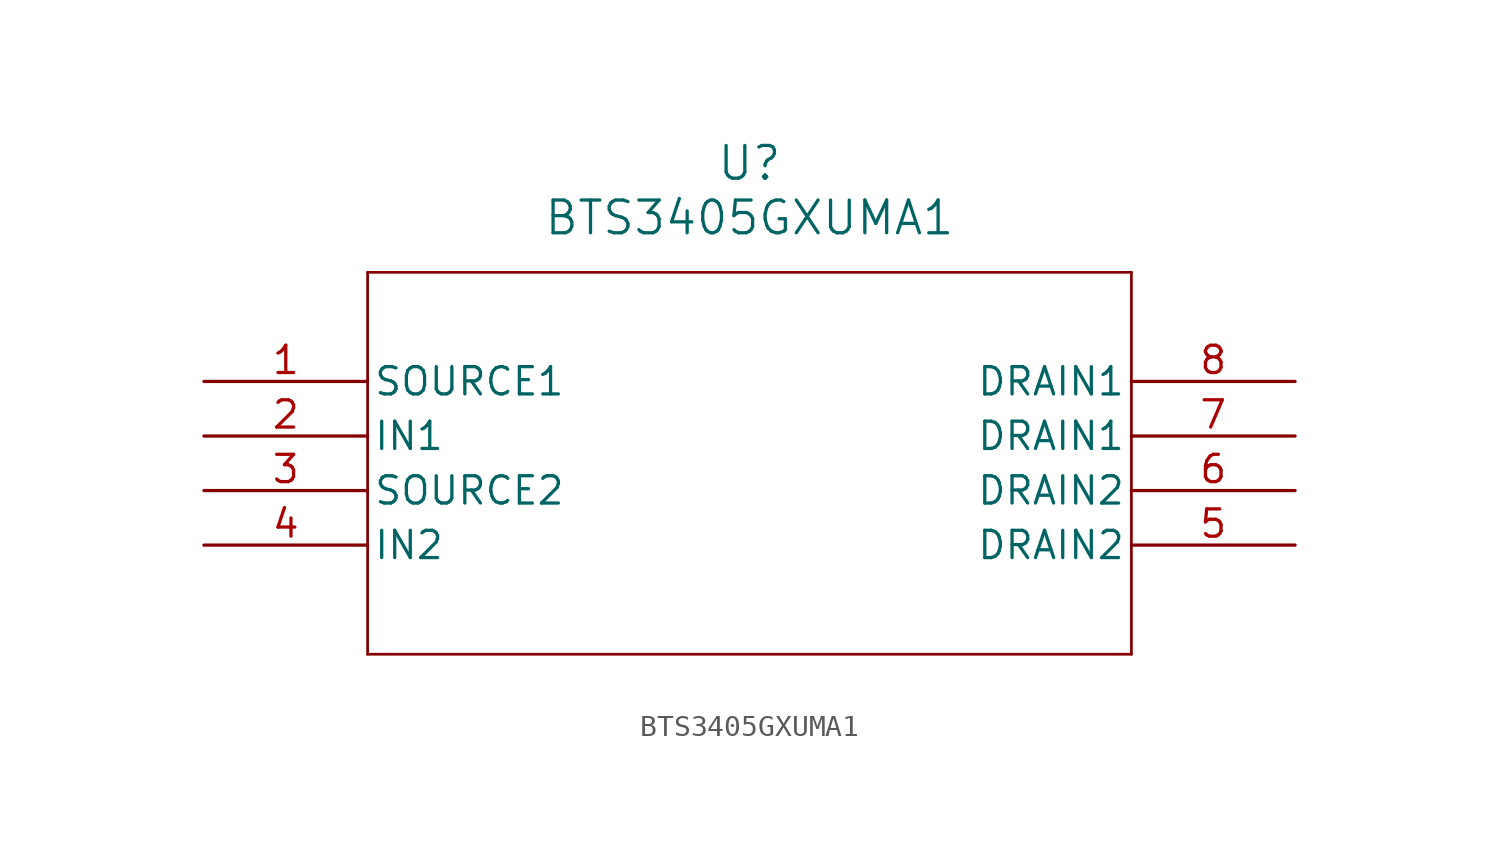
<source format=kicad_sym>
(kicad_symbol_lib
  (version 20211014)
  (generator kicad_symbol_editor)
  (symbol "BTS3405GXUMA1"
    (pin_names
      (offset 0.254))
    (property "Reference" "U"
      (at 25.4 10.16 0)
      (effects (font (size 1.524 1.524))))
    (property "Value" "BTS3405GXUMA1"
      (at 25.4 7.62 0)
      (effects (font (size 1.524 1.524))))
    (symbol "BTS3405GXUMA1_0_1"
      (polyline (pts (xy 7.62 5.08) (xy 7.62 -12.7)) (stroke (width 0.127) (type default) (color 0 0 0 0)) (fill (type none)))
      (polyline (pts (xy 7.62 -12.7) (xy 43.18 -12.7)) (stroke (width 0.127) (type default) (color 0 0 0 0)) (fill (type none)))
      (polyline (pts (xy 43.18 -12.7) (xy 43.18 5.08)) (stroke (width 0.127) (type default) (color 0 0 0 0)) (fill (type none)))
      (polyline (pts (xy 43.18 5.08) (xy 7.62 5.08)) (stroke (width 0.127) (type default) (color 0 0 0 0)) (fill (type none)))
      (pin power_out line (at 0 0 0) (length 7.62) (name "SOURCE1" (effects (font (size 1.27 1.27)))) (number "1" (effects (font (size 1.27 1.27)))))
      (pin input line (at 0 -2.54 0) (length 7.62) (name "IN1" (effects (font (size 1.27 1.27)))) (number "2" (effects (font (size 1.27 1.27)))))
      (pin power_out line (at 0 -5.08 0) (length 7.62) (name "SOURCE2" (effects (font (size 1.27 1.27)))) (number "3" (effects (font (size 1.27 1.27)))))
      (pin input line (at 0 -7.62 0) (length 7.62) (name "IN2" (effects (font (size 1.27 1.27)))) (number "4" (effects (font (size 1.27 1.27)))))
      (pin unspecified line (at 50.8 -7.62 180) (length 7.62) (name "DRAIN2" (effects (font (size 1.27 1.27)))) (number "5" (effects (font (size 1.27 1.27)))))
      (pin unspecified line (at 50.8 -5.08 180) (length 7.62) (name "DRAIN2" (effects (font (size 1.27 1.27)))) (number "6" (effects (font (size 1.27 1.27)))))
      (pin unspecified line (at 50.8 -2.54 180) (length 7.62) (name "DRAIN1" (effects (font (size 1.27 1.27)))) (number "7" (effects (font (size 1.27 1.27)))))
      (pin unspecified line (at 50.8 0 180) (length 7.62) (name "DRAIN1" (effects (font (size 1.27 1.27)))) (number "8" (effects (font (size 1.27 1.27))))))))
</source>
